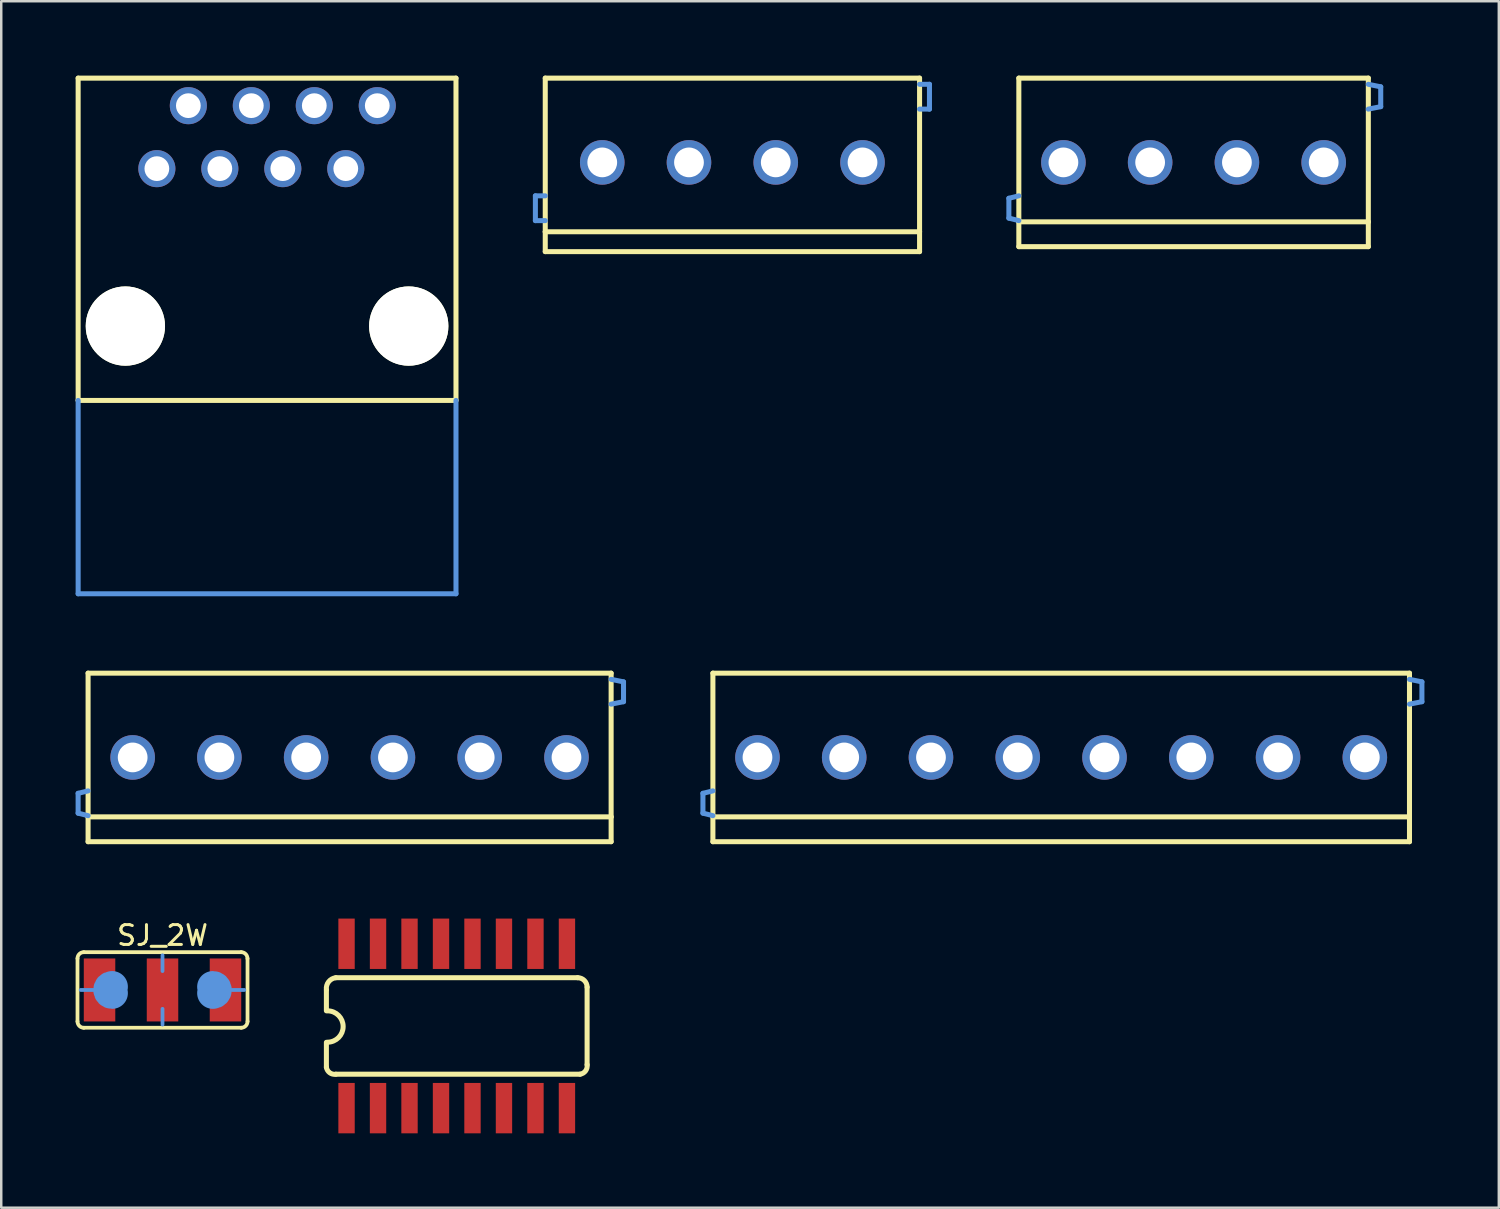
<source format=kicad_pcb>
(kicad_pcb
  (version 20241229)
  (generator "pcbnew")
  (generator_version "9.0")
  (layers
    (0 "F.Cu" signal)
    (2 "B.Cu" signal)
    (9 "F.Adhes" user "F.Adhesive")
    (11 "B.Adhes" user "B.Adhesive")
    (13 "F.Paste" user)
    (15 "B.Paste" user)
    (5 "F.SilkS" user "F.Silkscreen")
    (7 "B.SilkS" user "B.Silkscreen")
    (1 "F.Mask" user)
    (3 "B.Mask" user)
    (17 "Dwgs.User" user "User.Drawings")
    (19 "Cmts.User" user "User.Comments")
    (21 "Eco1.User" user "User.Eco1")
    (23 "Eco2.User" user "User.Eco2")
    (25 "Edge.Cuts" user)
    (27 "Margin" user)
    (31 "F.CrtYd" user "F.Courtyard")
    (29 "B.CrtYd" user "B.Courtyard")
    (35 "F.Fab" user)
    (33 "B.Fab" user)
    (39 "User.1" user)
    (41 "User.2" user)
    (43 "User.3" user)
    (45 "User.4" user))
  (footprint "SCREWTERMINAL-3.5MM-5"
    (layer "F.Cu")
    (at 39.843 3.5)
    (property "Reference" "SCREWTERMINAL-3.5MM-5" (at 5 -2.05 0) (layer "Eco1.User") (effects (font (size 0.6 0.6) (thickness 0.1))))
    (attr through_hole)
    (fp_line (start -1.798 -3.399) (end 12.299 -3.399) (stroke (width 0.203) (type solid)) (layer "F.SilkS"))
    (fp_line (start -1.798 2.398) (end -1.798 -3.399) (stroke (width 0.203) (type solid)) (layer "F.SilkS"))
    (fp_line (start -1.798 3.399) (end -1.798 2.398) (stroke (width 0.203) (type solid)) (layer "F.SilkS"))
    (fp_line (start 12.299 -3.399) (end 12.299 2.398) (stroke (width 0.203) (type solid)) (layer "F.SilkS"))
    (fp_line (start 12.299 2.398) (end -1.798 2.398) (stroke (width 0.203) (type solid)) (layer "F.SilkS"))
    (fp_line (start 12.299 2.398) (end 12.299 3.399) (stroke (width 0.203) (type solid)) (layer "F.SilkS"))
    (fp_line (start 12.299 3.399) (end -1.798 3.399) (stroke (width 0.203) (type solid)) (layer "F.SilkS"))
    (fp_line (start -2.2 1.448) (end -2.2 2.248) (stroke (width 0.203) (type solid)) (layer "Cmts.User"))
    (fp_line (start -2.2 2.248) (end -1.798 2.349) (stroke (width 0.203) (type solid)) (layer "Cmts.User"))
    (fp_line (start -1.798 1.349) (end -2.2 1.448) (stroke (width 0.203) (type solid)) (layer "Cmts.User"))
    (fp_line (start 12.299 -3.15) (end 12.799 -3.048) (stroke (width 0.203) (type solid)) (layer "Cmts.User"))
    (fp_line (start 12.799 -3.048) (end 12.799 -2.248) (stroke (width 0.203) (type solid)) (layer "Cmts.User"))
    (fp_line (start 12.799 -2.248) (end 12.299 -2.149) (stroke (width 0.203) (type solid)) (layer "Cmts.User"))
    (pad "1" thru_hole oval (at 0 0) (size 1.798 1.798) (drill 1.199) (layers "*.Cu" "*.Mask"))
    (pad "2" thru_hole oval (at 3.498 0) (size 1.798 1.798) (drill 1.199) (layers "*.Cu" "*.Mask"))
    (pad "3" thru_hole oval (at 6.998 0) (size 1.798 1.798) (drill 1.199) (layers "*.Cu" "*.Mask"))
    (pad "4" thru_hole oval (at 10.498 0) (size 1.798 1.798) (drill 1.199) (layers "*.Cu" "*.Mask")))
  (footprint "SO16_4mm"
    (layer "F.Cu")
    (at 15.373 38.332)
    (property "Reference" "SO16_4mm" (at 0 0 0) (layer "Eco1.User") (effects (font (size 0.6 0.6) (thickness 0.1))))
    (attr through_hole)
    (fp_line (start -5.258 -1.45) (end -5.258 -0.61) (stroke (width 0.203) (type solid)) (layer "F.SilkS"))
    (fp_line (start -5.258 1.664) (end -5.258 0.66) (stroke (width 0.203) (type solid)) (layer "F.SilkS"))
    (fp_line (start -4.877 1.946) (end 4.976 1.946) (stroke (width 0.203) (type solid)) (layer "F.SilkS"))
    (fp_line (start 4.877 -1.946) (end -4.877 -1.946) (stroke (width 0.203) (type solid)) (layer "F.SilkS"))
    (fp_line (start 5.258 1.565) (end 5.258 -1.565) (stroke (width 0.203) (type solid)) (layer "F.SilkS"))
    (fp_arc (start -5.2578 -1.46304) (mid -5.16725 -1.783248) (end -4.8768 -1.94564) (stroke (width 0.2032) (type solid)) (layer "F.SilkS"))
    (fp_arc (start -5.207 -0.6096) (mid -4.57454 0.02286) (end -5.207 0.65532) (stroke (width 0.2032) (type solid)) (layer "F.SilkS"))
    (fp_arc (start -4.8768 1.94818) (mid -5.126218 1.884848) (end -5.2578 1.6637) (stroke (width 0.2032) (type solid)) (layer "F.SilkS"))
    (fp_arc (start 4.8768 -1.94564) (mid 5.146208 -1.834048) (end 5.2578 -1.56464) (stroke (width 0.2032) (type solid)) (layer "F.SilkS"))
    (fp_arc (start 5.2578 1.5621) (mid 5.196264 1.812262) (end 4.97586 1.94564) (stroke (width 0.2032) (type solid)) (layer "F.SilkS"))
    (pad "1" smd rect (at -4.445 3.315) (size 0.66 2.032) (layers "F.Cu" "F.Mask" "F.Paste"))
    (pad "2" smd rect (at -3.175 3.315) (size 0.66 2.032) (layers "F.Cu" "F.Mask" "F.Paste"))
    (pad "3" smd rect (at -1.905 3.315) (size 0.66 2.032) (layers "F.Cu" "F.Mask" "F.Paste"))
    (pad "4" smd rect (at -0.635 3.315) (size 0.66 2.032) (layers "F.Cu" "F.Mask" "F.Paste"))
    (pad "5" smd rect (at 0.635 3.315) (size 0.66 2.032) (layers "F.Cu" "F.Mask" "F.Paste"))
    (pad "6" smd rect (at 1.905 3.315) (size 0.66 2.032) (layers "F.Cu" "F.Mask" "F.Paste"))
    (pad "7" smd rect (at 3.175 3.315) (size 0.66 2.032) (layers "F.Cu" "F.Mask" "F.Paste"))
    (pad "8" smd rect (at 4.445 3.315) (size 0.66 2.032) (layers "F.Cu" "F.Mask" "F.Paste"))
    (pad "9" smd rect (at 4.445 -3.315) (size 0.66 2.032) (layers "F.Cu" "F.Mask" "F.Paste"))
    (pad "10" smd rect (at 3.175 -3.315) (size 0.66 2.032) (layers "F.Cu" "F.Mask" "F.Paste"))
    (pad "11" smd rect (at 1.905 -3.315) (size 0.66 2.032) (layers "F.Cu" "F.Mask" "F.Paste"))
    (pad "12" smd rect (at 0.635 -3.315) (size 0.66 2.032) (layers "F.Cu" "F.Mask" "F.Paste"))
    (pad "13" smd rect (at -0.635 -3.315) (size 0.66 2.032) (layers "F.Cu" "F.Mask" "F.Paste"))
    (pad "14" smd rect (at -1.905 -3.315) (size 0.66 2.032) (layers "F.Cu" "F.Mask" "F.Paste"))
    (pad "15" smd rect (at -3.175 -3.315) (size 0.66 2.032) (layers "F.Cu" "F.Mask" "F.Paste"))
    (pad "16" smd rect (at -4.445 -3.315) (size 0.66 2.032) (layers "F.Cu" "F.Mask" "F.Paste")))
  (footprint "SCREWTERMINAL-3.5MM-8"
    (layer "F.Cu")
    (at 27.503 27.501)
    (property "Reference" "SCREWTERMINAL-3.5MM-8" (at 12 -2.05 0) (layer "Eco1.User") (effects (font (size 0.6 0.6) (thickness 0.1))))
    (attr through_hole)
    (fp_line (start -1.798 -3.399) (end 26.299 -3.399) (stroke (width 0.203) (type solid)) (layer "F.SilkS"))
    (fp_line (start -1.798 2.398) (end -1.798 -3.399) (stroke (width 0.203) (type solid)) (layer "F.SilkS"))
    (fp_line (start -1.798 3.399) (end -1.798 2.398) (stroke (width 0.203) (type solid)) (layer "F.SilkS"))
    (fp_line (start 26.299 -3.399) (end 26.299 2.398) (stroke (width 0.203) (type solid)) (layer "F.SilkS"))
    (fp_line (start 26.299 2.398) (end -1.798 2.398) (stroke (width 0.203) (type solid)) (layer "F.SilkS"))
    (fp_line (start 26.299 2.398) (end 26.299 3.399) (stroke (width 0.203) (type solid)) (layer "F.SilkS"))
    (fp_line (start 26.299 3.399) (end -1.798 3.399) (stroke (width 0.203) (type solid)) (layer "F.SilkS"))
    (fp_line (start -2.2 1.448) (end -2.2 2.248) (stroke (width 0.203) (type solid)) (layer "Cmts.User"))
    (fp_line (start -2.2 2.248) (end -1.798 2.349) (stroke (width 0.203) (type solid)) (layer "Cmts.User"))
    (fp_line (start -1.798 1.349) (end -2.2 1.448) (stroke (width 0.203) (type solid)) (layer "Cmts.User"))
    (fp_line (start 26.299 -3.15) (end 26.8 -3.048) (stroke (width 0.203) (type solid)) (layer "Cmts.User"))
    (fp_line (start 26.8 -3.048) (end 26.8 -2.248) (stroke (width 0.203) (type solid)) (layer "Cmts.User"))
    (fp_line (start 26.8 -2.248) (end 26.299 -2.149) (stroke (width 0.203) (type solid)) (layer "Cmts.User"))
    (pad "1" thru_hole oval (at 0 0) (size 1.798 1.798) (drill 1.199) (layers "*.Cu" "*.Mask"))
    (pad "2" thru_hole oval (at 3.498 0) (size 1.798 1.798) (drill 1.199) (layers "*.Cu" "*.Mask"))
    (pad "3" thru_hole oval (at 6.998 0) (size 1.798 1.798) (drill 1.199) (layers "*.Cu" "*.Mask"))
    (pad "4" thru_hole oval (at 10.498 0) (size 1.798 1.798) (drill 1.199) (layers "*.Cu" "*.Mask"))
    (pad "5" thru_hole oval (at 13.998 0) (size 1.798 1.798) (drill 1.199) (layers "*.Cu" "*.Mask"))
    (pad "6" thru_hole oval (at 17.498 0) (size 1.798 1.798) (drill 1.199) (layers "*.Cu" "*.Mask"))
    (pad "7" thru_hole oval (at 20.998 0) (size 1.798 1.798) (drill 1.199) (layers "*.Cu" "*.Mask"))
    (pad "8" thru_hole oval (at 24.498 0) (size 1.798 1.798) (drill 1.199) (layers "*.Cu" "*.Mask")))
  (footprint "SCREWTERMINAL-3.5MM-6"
    (layer "F.Cu")
    (at 2.301 27.501)
    (property "Reference" "SCREWTERMINAL-3.5MM-6" (at 8.8 -2 0) (layer "Eco1.User") (effects (font (size 0.6 0.6) (thickness 0.1))))
    (attr through_hole)
    (fp_line (start -1.798 -3.399) (end 19.299 -3.399) (stroke (width 0.203) (type solid)) (layer "F.SilkS"))
    (fp_line (start -1.798 2.398) (end -1.798 -3.399) (stroke (width 0.203) (type solid)) (layer "F.SilkS"))
    (fp_line (start -1.798 3.399) (end -1.798 2.398) (stroke (width 0.203) (type solid)) (layer "F.SilkS"))
    (fp_line (start 19.299 -3.399) (end 19.299 2.398) (stroke (width 0.203) (type solid)) (layer "F.SilkS"))
    (fp_line (start 19.299 2.398) (end -1.798 2.398) (stroke (width 0.203) (type solid)) (layer "F.SilkS"))
    (fp_line (start 19.299 2.398) (end 19.299 3.399) (stroke (width 0.203) (type solid)) (layer "F.SilkS"))
    (fp_line (start 19.299 3.399) (end -1.798 3.399) (stroke (width 0.203) (type solid)) (layer "F.SilkS"))
    (fp_line (start -2.2 1.448) (end -2.2 2.248) (stroke (width 0.203) (type solid)) (layer "Cmts.User"))
    (fp_line (start -2.2 2.248) (end -1.798 2.349) (stroke (width 0.203) (type solid)) (layer "Cmts.User"))
    (fp_line (start -1.798 1.349) (end -2.2 1.448) (stroke (width 0.203) (type solid)) (layer "Cmts.User"))
    (fp_line (start 19.299 -3.15) (end 19.799 -3.048) (stroke (width 0.203) (type solid)) (layer "Cmts.User"))
    (fp_line (start 19.799 -3.048) (end 19.799 -2.248) (stroke (width 0.203) (type solid)) (layer "Cmts.User"))
    (fp_line (start 19.799 -2.248) (end 19.299 -2.149) (stroke (width 0.203) (type solid)) (layer "Cmts.User"))
    (pad "1" thru_hole oval (at 0 0) (size 1.798 1.798) (drill 1.199) (layers "*.Cu" "*.Mask"))
    (pad "2" thru_hole oval (at 3.498 0) (size 1.798 1.798) (drill 1.199) (layers "*.Cu" "*.Mask"))
    (pad "3" thru_hole oval (at 6.998 0) (size 1.798 1.798) (drill 1.199) (layers "*.Cu" "*.Mask"))
    (pad "4" thru_hole oval (at 10.498 0) (size 1.798 1.798) (drill 1.199) (layers "*.Cu" "*.Mask"))
    (pad "5" thru_hole oval (at 13.998 0) (size 1.798 1.798) (drill 1.199) (layers "*.Cu" "*.Mask"))
    (pad "6" thru_hole oval (at 17.498 0) (size 1.798 1.798) (drill 1.199) (layers "*.Cu" "*.Mask")))
  (footprint "SCREWTERMINAL-3.5MM-4"
    (layer "F.Cu")
    (at 21.242 3.5)
    (property "Reference" "SCREWTERMINAL-3.5MM-4" (at 5.4 -2 0) (layer "Eco1.User") (effects (font (size 0.406 0.406) (thickness 0.03))))
    (attr through_hole)
    (fp_line (start -2.299 -3.399) (end 12.799 -3.399) (stroke (width 0.203) (type solid)) (layer "F.SilkS"))
    (fp_line (start -2.299 2.799) (end -2.299 -3.399) (stroke (width 0.203) (type solid)) (layer "F.SilkS"))
    (fp_line (start -2.299 3.599) (end -2.299 2.799) (stroke (width 0.203) (type solid)) (layer "F.SilkS"))
    (fp_line (start 12.799 -3.399) (end 12.799 2.799) (stroke (width 0.203) (type solid)) (layer "F.SilkS"))
    (fp_line (start 12.799 2.799) (end -2.299 2.799) (stroke (width 0.203) (type solid)) (layer "F.SilkS"))
    (fp_line (start 12.799 2.799) (end 12.799 3.599) (stroke (width 0.203) (type solid)) (layer "F.SilkS"))
    (fp_line (start 12.799 3.599) (end -2.299 3.599) (stroke (width 0.203) (type solid)) (layer "F.SilkS"))
    (fp_line (start -2.697 1.349) (end -2.697 2.349) (stroke (width 0.203) (type solid)) (layer "Cmts.User"))
    (fp_line (start -2.697 2.349) (end -2.299 2.349) (stroke (width 0.203) (type solid)) (layer "Cmts.User"))
    (fp_line (start -2.299 1.349) (end -2.697 1.349) (stroke (width 0.203) (type solid)) (layer "Cmts.User"))
    (fp_line (start 12.799 -3.15) (end 13.198 -3.15) (stroke (width 0.203) (type solid)) (layer "Cmts.User"))
    (fp_line (start 13.198 -3.15) (end 13.198 -2.149) (stroke (width 0.203) (type solid)) (layer "Cmts.User"))
    (fp_line (start 13.198 -2.149) (end 12.799 -2.149) (stroke (width 0.203) (type solid)) (layer "Cmts.User"))
    (pad "1" thru_hole oval (at 0 0) (size 1.798 1.798) (drill 1.199) (layers "*.Cu" "*.Mask"))
    (pad "2" thru_hole oval (at 3.498 0) (size 1.798 1.798) (drill 1.199) (layers "*.Cu" "*.Mask"))
    (pad "3" thru_hole oval (at 6.998 0) (size 1.798 1.798) (drill 1.199) (layers "*.Cu" "*.Mask"))
    (pad "4" thru_hole oval (at 10.498 0) (size 1.798 1.798) (drill 1.199) (layers "*.Cu" "*.Mask")))
  (footprint "SJ_2W"
    (layer "F.Cu")
    (at 3.505 36.88)
    (property "Reference" "SJ_2W" (at 0 -2.2 0) (layer "F.SilkS") (effects (font (size 0.8 0.8) (thickness 0.12))))
    (attr through_hole)
    (fp_line (start -3.429 1.27) (end -3.429 -1.27) (stroke (width 0.152) (type solid)) (layer "F.SilkS"))
    (fp_line (start -3.175 -1.524) (end 3.175 -1.524) (stroke (width 0.152) (type solid)) (layer "F.SilkS"))
    (fp_line (start 3.175 1.524) (end -3.175 1.524) (stroke (width 0.152) (type solid)) (layer "F.SilkS"))
    (fp_line (start 3.429 1.27) (end 3.429 -1.27) (stroke (width 0.152) (type solid)) (layer "F.SilkS"))
    (fp_arc (start -3.429 -1.27) (mid -3.354605 -1.449605) (end -3.175 -1.524) (stroke (width 0.1524) (type solid)) (layer "F.SilkS"))
    (fp_arc (start -3.17246 1.52654) (mid -3.353861 1.451401) (end -3.429 1.27) (stroke (width 0.1524) (type solid)) (layer "F.SilkS"))
    (fp_arc (start 3.175 -1.524) (mid 3.353861 -1.447809) (end 3.42646 -1.26746) (stroke (width 0.1524) (type solid)) (layer "F.SilkS"))
    (fp_arc (start 3.429 1.27) (mid 3.354605 1.449605) (end 3.175 1.524) (stroke (width 0.1524) (type solid)) (layer "F.SilkS"))
    (fp_line (start -2.794 0) (end -3.302 0) (stroke (width 0.152) (type solid)) (layer "Cmts.User"))
    (fp_line (start 0 -0.762) (end 0 -1.397) (stroke (width 0.152) (type solid)) (layer "Cmts.User"))
    (fp_line (start 0 1.397) (end 0 0.762) (stroke (width 0.152) (type solid)) (layer "Cmts.User"))
    (fp_line (start 2.794 0) (end 3.302 0) (stroke (width 0.152) (type solid)) (layer "Cmts.User"))
    (fp_arc (start -2.032 0.127) (mid -2.159 0) (end -2.032 -0.127) (stroke (width 1.27) (type solid)) (layer "Cmts.User"))
    (fp_arc (start 2.032 -0.127) (mid 2.159 0) (end 2.032 0.127) (stroke (width 1.27) (type solid)) (layer "Cmts.User"))
    (pad "1" smd rect (at -2.54 0) (size 1.27 2.54) (layers "F.Cu" "F.Mask"))
    (pad "2" smd rect (at 0 0) (size 1.27 2.54) (layers "F.Cu" "F.Mask"))
    (pad "3" smd rect (at 2.54 0) (size 1.27 2.54) (layers "F.Cu" "F.Mask")))
  (footprint "RJ45-8"
    (layer "F.Cu")
    (at 7.722 10.102)
    (property "Reference" "RJ45-8" (at 0 -3.5 0) (layer "Eco1.User") (effects (font (size 1.016 1.016) (thickness 0.081))))
    (attr through_hole)
    (fp_line (start -7.62 -10) (end 7.62 -10) (stroke (width 0.203) (type solid)) (layer "F.SilkS"))
    (fp_line (start -7.62 3) (end -7.62 -10) (stroke (width 0.203) (type solid)) (layer "F.SilkS"))
    (fp_line (start -7.62 3) (end 7.62 3) (stroke (width 0.203) (type solid)) (layer "F.SilkS"))
    (fp_line (start 7.62 -10) (end 7.62 3) (stroke (width 0.203) (type solid)) (layer "F.SilkS"))
    (fp_line (start -7.62 3) (end -7.62 10.798) (stroke (width 0.203) (type solid)) (layer "Cmts.User"))
    (fp_line (start -7.62 10.798) (end 7.62 10.798) (stroke (width 0.203) (type solid)) (layer "Cmts.User"))
    (fp_line (start 7.62 10.798) (end 7.62 3) (stroke (width 0.203) (type solid)) (layer "Cmts.User"))
    (pad "" np_thru_hole circle (at -5.715 0) (size 3.198 3.198) (drill 3.198) (layers "*.Cu" "*.Mask" "F.SilkS"))
    (pad "" np_thru_hole circle (at 5.715 0) (size 3.198 3.198) (drill 3.198) (layers "*.Cu" "*.Mask" "F.SilkS"))
    (pad "1" thru_hole oval (at -4.445 -6.35) (size 1.496 1.496) (drill 0.998) (layers "*.Cu" "*.Mask"))
    (pad "2" thru_hole oval (at -3.175 -8.89) (size 1.496 1.496) (drill 0.998) (layers "*.Cu" "*.Mask"))
    (pad "3" thru_hole oval (at -1.905 -6.35) (size 1.496 1.496) (drill 0.998) (layers "*.Cu" "*.Mask"))
    (pad "4" thru_hole oval (at -0.635 -8.89) (size 1.496 1.496) (drill 0.998) (layers "*.Cu" "*.Mask"))
    (pad "5" thru_hole oval (at 0.635 -6.35) (size 1.496 1.496) (drill 0.998) (layers "*.Cu" "*.Mask"))
    (pad "6" thru_hole oval (at 1.905 -8.89) (size 1.496 1.496) (drill 0.998) (layers "*.Cu" "*.Mask"))
    (pad "7" thru_hole oval (at 3.175 -6.35) (size 1.496 1.496) (drill 0.998) (layers "*.Cu" "*.Mask"))
    (pad "8" thru_hole oval (at 4.445 -8.89) (size 1.496 1.496) (drill 0.998) (layers "*.Cu" "*.Mask")))
  (gr_rect
    (start -3 -3)
    (end 57.405 45.662)
    (stroke (width 0.1) (type default))
    (fill no)
    (layer "Edge.Cuts")))
</source>
